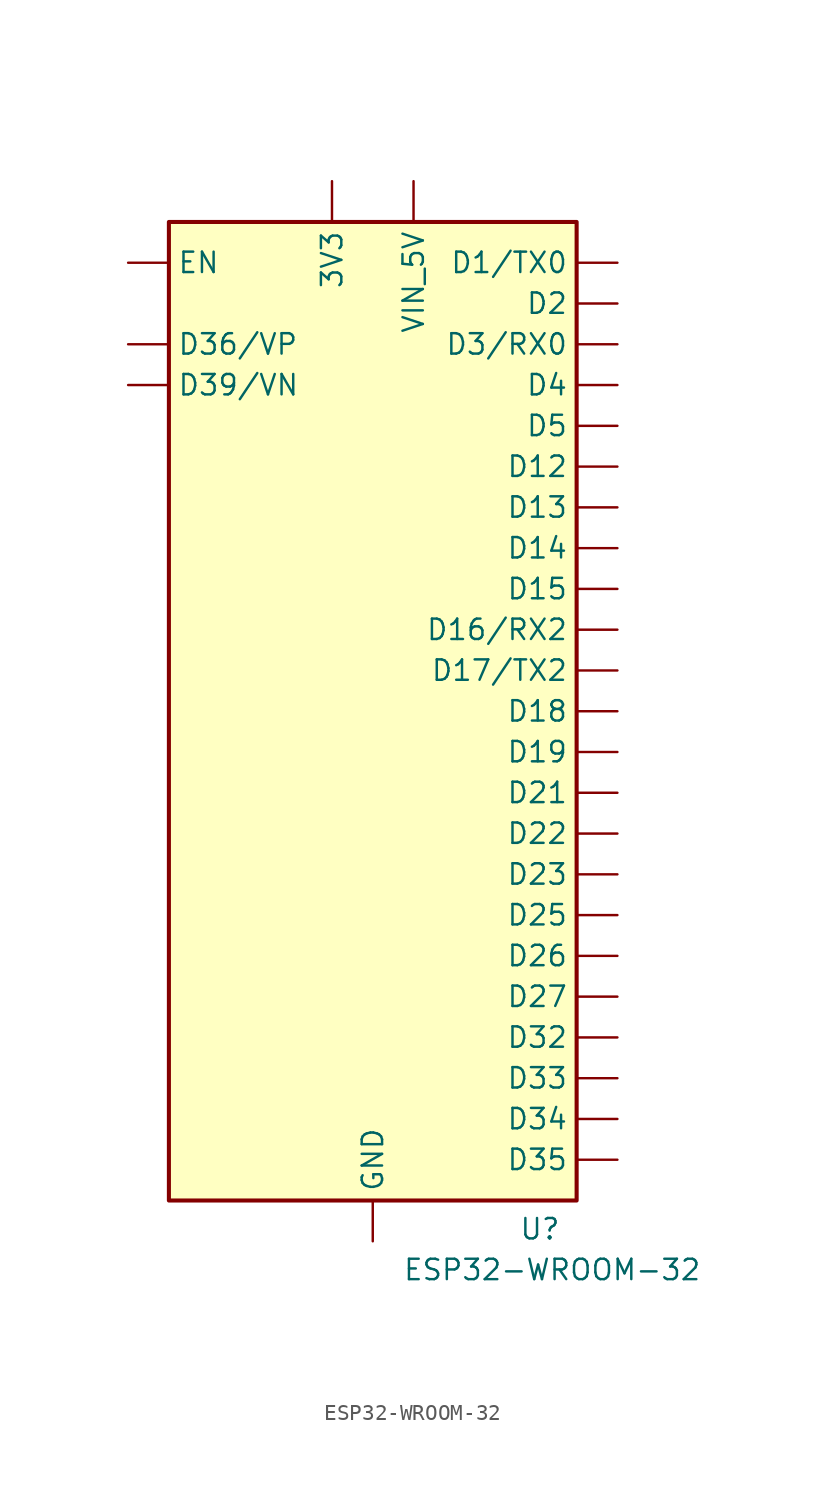
<source format=kicad_sym>
(kicad_symbol_lib
  (version 20231120)
  (generator "kicad_symbol_editor")
  (generator_version "8.0")
  (symbol "ESP32-WROOM-32"
    (property "Reference" "U"
      (at 10.414 -27.178 0)
      (effects (font (size 1.27 1.27))))
    (property "Value" "ESP32-WROOM-32"
      (at 11.176 -29.718 0)
      (effects (font (size 1.27 1.27))))
    (symbol "ESP32-WROOM-32_0_1"
      (rectangle (start -12.7 35.56) (end 12.7 -25.4) (stroke (width 0.254) (type default)) (fill (type background))))
    (symbol "ESP32-WROOM-32_1_1"
      (pin output line (at -2.54 38.1 270) (length 2.54) (name "3V3" (effects (font (size 1.27 1.27)))) (number "" (effects (font (size 1.27 1.27)))))
      (pin bidirectional line (at 15.24 33.02 180) (length 2.54) (name "D1/TX0" (effects (font (size 1.27 1.27)))) (number "" (effects (font (size 1.27 1.27)))))
      (pin bidirectional line (at 15.24 20.32 180) (length 2.54) (name "D12" (effects (font (size 1.27 1.27)))) (number "" (effects (font (size 1.27 1.27)))))
      (pin bidirectional line (at 15.24 17.78 180) (length 2.54) (name "D13" (effects (font (size 1.27 1.27)))) (number "" (effects (font (size 1.27 1.27)))))
      (pin bidirectional line (at 15.24 15.24 180) (length 2.54) (name "D14" (effects (font (size 1.27 1.27)))) (number "" (effects (font (size 1.27 1.27)))))
      (pin bidirectional line (at 15.24 12.7 180) (length 2.54) (name "D15" (effects (font (size 1.27 1.27)))) (number "" (effects (font (size 1.27 1.27)))))
      (pin bidirectional line (at 15.24 10.16 180) (length 2.54) (name "D16/RX2" (effects (font (size 1.27 1.27)))) (number "" (effects (font (size 1.27 1.27)))))
      (pin bidirectional line (at 15.24 7.62 180) (length 2.54) (name "D17/TX2" (effects (font (size 1.27 1.27)))) (number "" (effects (font (size 1.27 1.27)))))
      (pin bidirectional line (at 15.24 5.08 180) (length 2.54) (name "D18" (effects (font (size 1.27 1.27)))) (number "" (effects (font (size 1.27 1.27)))))
      (pin bidirectional line (at 15.24 2.54 180) (length 2.54) (name "D19" (effects (font (size 1.27 1.27)))) (number "" (effects (font (size 1.27 1.27)))))
      (pin bidirectional line (at 15.24 30.48 180) (length 2.54) (name "D2" (effects (font (size 1.27 1.27)))) (number "" (effects (font (size 1.27 1.27)))))
      (pin bidirectional line (at 15.24 0 180) (length 2.54) (name "D21" (effects (font (size 1.27 1.27)))) (number "" (effects (font (size 1.27 1.27)))))
      (pin bidirectional line (at 15.24 -2.54 180) (length 2.54) (name "D22" (effects (font (size 1.27 1.27)))) (number "" (effects (font (size 1.27 1.27)))))
      (pin bidirectional line (at 15.24 -5.08 180) (length 2.54) (name "D23" (effects (font (size 1.27 1.27)))) (number "" (effects (font (size 1.27 1.27)))))
      (pin bidirectional line (at 15.24 -7.62 180) (length 2.54) (name "D25" (effects (font (size 1.27 1.27)))) (number "" (effects (font (size 1.27 1.27)))))
      (pin bidirectional line (at 15.24 -10.16 180) (length 2.54) (name "D26" (effects (font (size 1.27 1.27)))) (number "" (effects (font (size 1.27 1.27)))))
      (pin bidirectional line (at 15.24 -12.7 180) (length 2.54) (name "D27" (effects (font (size 1.27 1.27)))) (number "" (effects (font (size 1.27 1.27)))))
      (pin bidirectional line (at 15.24 27.94 180) (length 2.54) (name "D3/RX0" (effects (font (size 1.27 1.27)))) (number "" (effects (font (size 1.27 1.27)))))
      (pin bidirectional line (at 15.24 -15.24 180) (length 2.54) (name "D32" (effects (font (size 1.27 1.27)))) (number "" (effects (font (size 1.27 1.27)))))
      (pin bidirectional line (at 15.24 -17.78 180) (length 2.54) (name "D33" (effects (font (size 1.27 1.27)))) (number "" (effects (font (size 1.27 1.27)))))
      (pin input line (at 15.24 -20.32 180) (length 2.54) (name "D34" (effects (font (size 1.27 1.27)))) (number "" (effects (font (size 1.27 1.27)))))
      (pin input line (at 15.24 -22.86 180) (length 2.54) (name "D35" (effects (font (size 1.27 1.27)))) (number "" (effects (font (size 1.27 1.27)))))
      (pin input line (at -15.24 27.94 0) (length 2.54) (name "D36/VP" (effects (font (size 1.27 1.27)))) (number "" (effects (font (size 1.27 1.27)))))
      (pin input line (at -15.24 25.4 0) (length 2.54) (name "D39/VN" (effects (font (size 1.27 1.27)))) (number "" (effects (font (size 1.27 1.27)))))
      (pin bidirectional line (at 15.24 25.4 180) (length 2.54) (name "D4" (effects (font (size 1.27 1.27)))) (number "" (effects (font (size 1.27 1.27)))))
      (pin bidirectional line (at 15.24 22.86 180) (length 2.54) (name "D5" (effects (font (size 1.27 1.27)))) (number "" (effects (font (size 1.27 1.27)))))
      (pin input line (at -15.24 33.02 0) (length 2.54) (name "EN" (effects (font (size 1.27 1.27)))) (number "" (effects (font (size 1.27 1.27)))))
      (pin power_in line (at 0 -27.94 90) (length 2.54) (name "GND" (effects (font (size 1.27 1.27)))) (number "" (effects (font (size 1.27 1.27)))))
      (pin power_in line (at 2.54 38.1 270) (length 2.54) (name "VIN_5V" (effects (font (size 1.27 1.27)))) (number "" (effects (font (size 1.27 1.27))))))))
</source>
